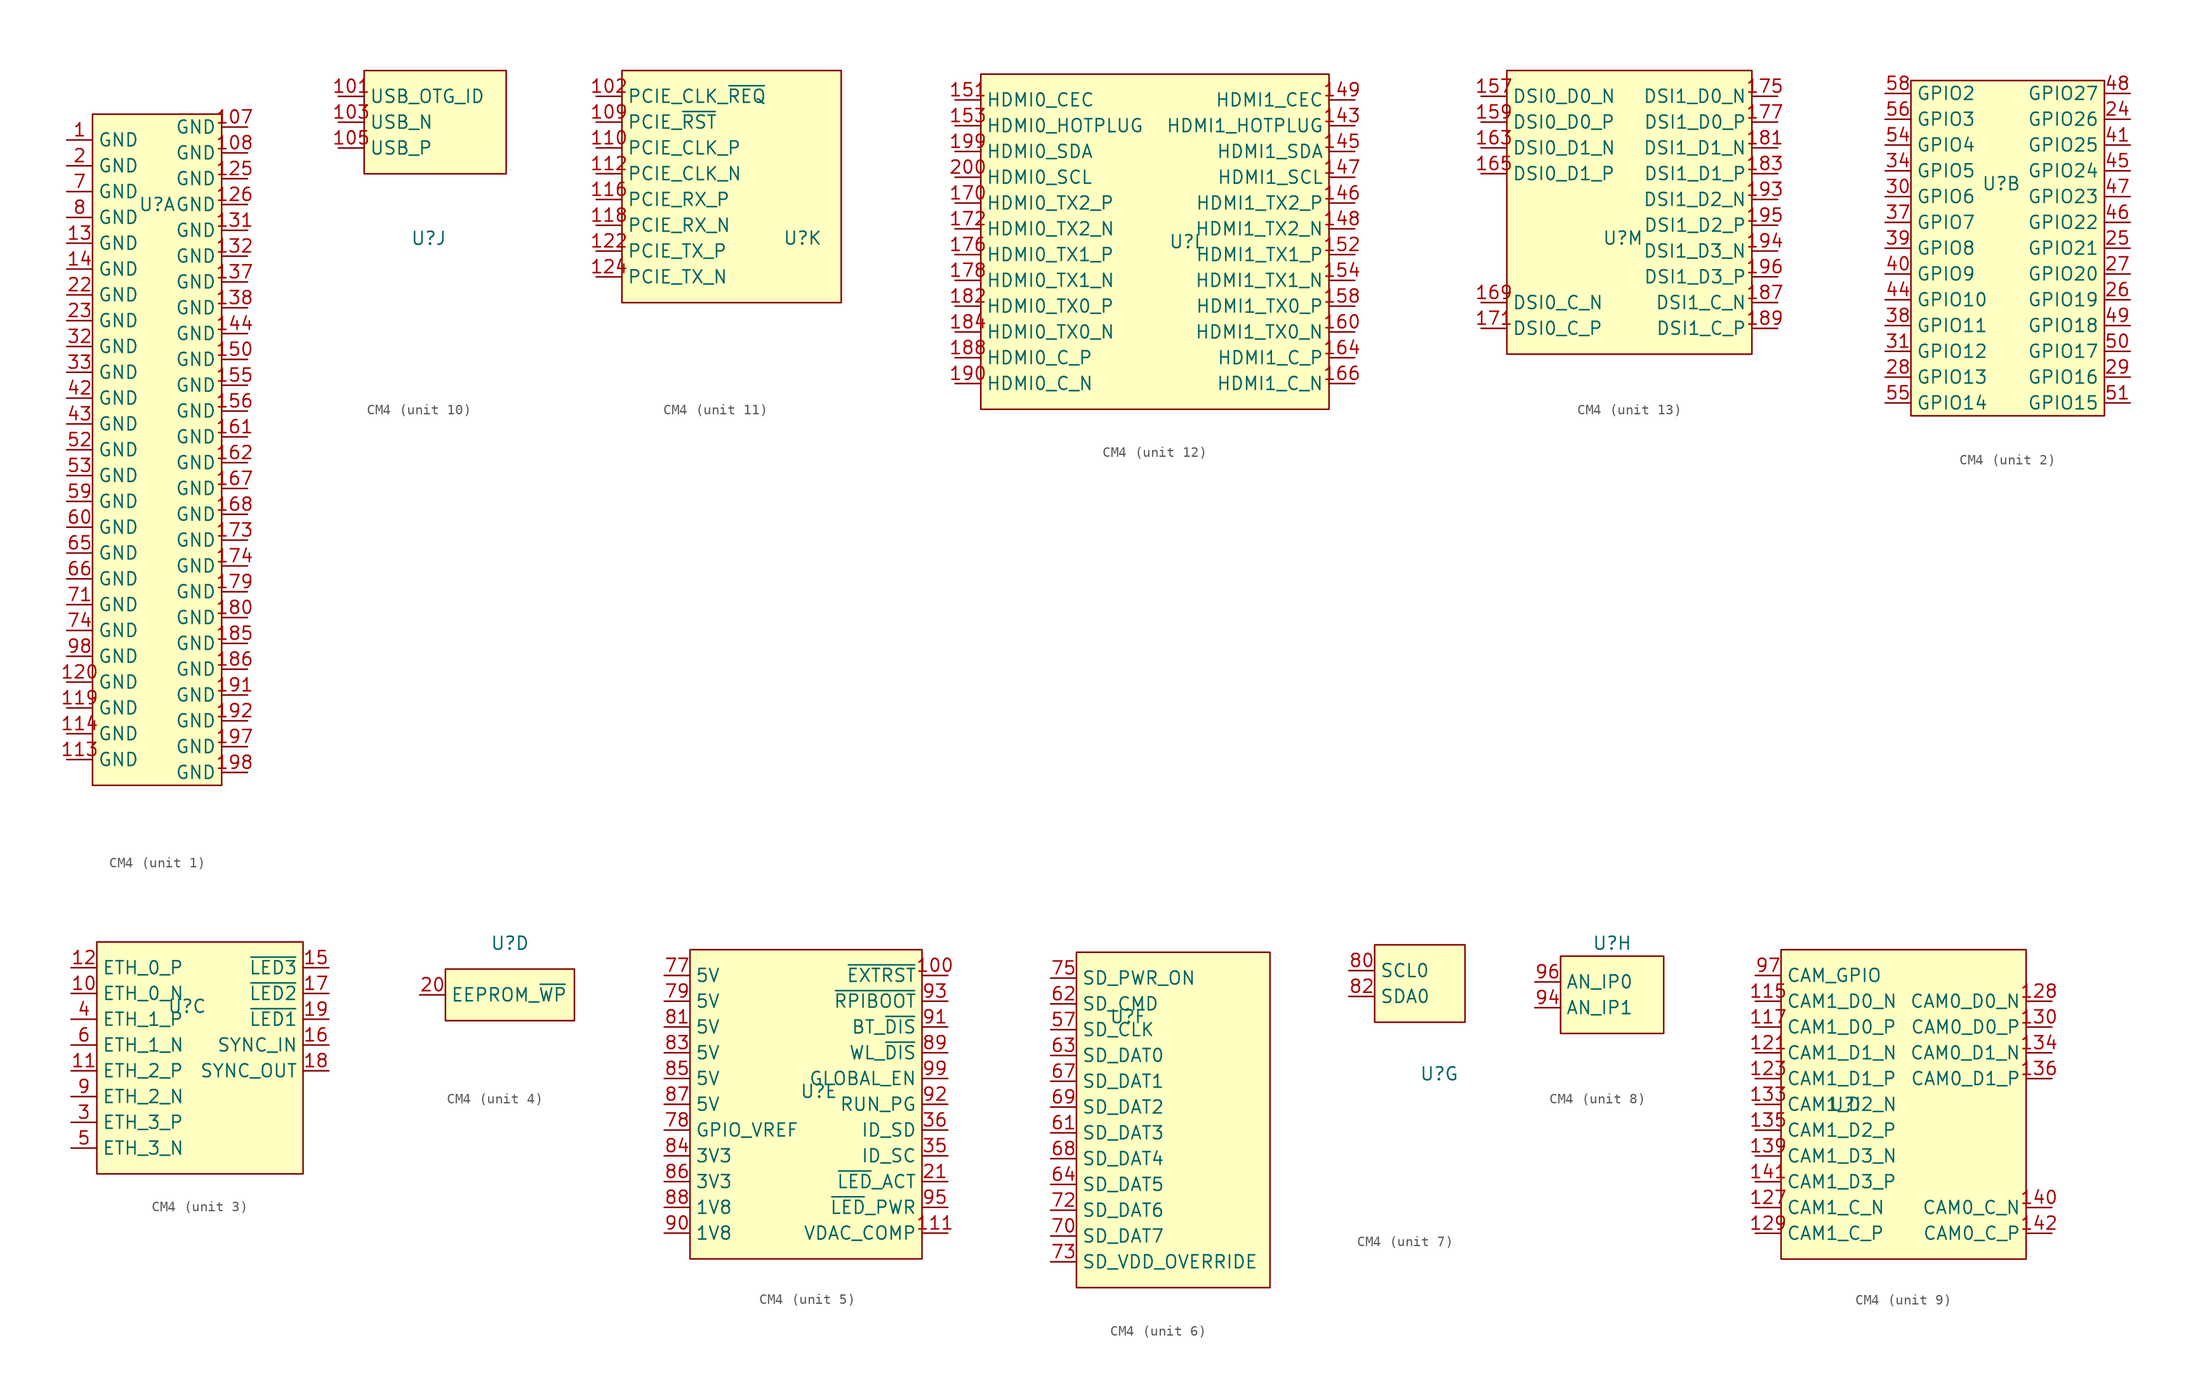
<source format=kicad_sym>
(kicad_symbol_lib
  (version 20220914)
  (generator kicad_symbol_editor)
  (symbol "CM4"
    (property "Reference" "U"
      (at 0 5.08 0)
      (effects (font (size 1.27 1.27))))
    (property "Value" ""
      (at -5.08 -7.62 0)
      (effects (font (size 1.27 1.27))))
    (symbol "CM4_1_1"
      (rectangle (start -6.35 13.97) (end 6.35 -52.07) (stroke (width 0) (type default)) (fill (type background)))
      (pin input line (at -8.89 11.43 0) (length 2.54) (name "GND" (effects (font (size 1.27 1.27)))) (number "1" (effects (font (size 1.27 1.27)))))
      (pin input line (at 8.89 12.7 180) (length 2.54) (name "GND" (effects (font (size 1.27 1.27)))) (number "107" (effects (font (size 1.27 1.27)))))
      (pin input line (at 8.89 10.16 180) (length 2.54) (name "GND" (effects (font (size 1.27 1.27)))) (number "108" (effects (font (size 1.27 1.27)))))
      (pin input line (at -8.89 -49.53 0) (length 2.54) (name "GND" (effects (font (size 1.27 1.27)))) (number "113" (effects (font (size 1.27 1.27)))))
      (pin input line (at -8.89 -46.99 0) (length 2.54) (name "GND" (effects (font (size 1.27 1.27)))) (number "114" (effects (font (size 1.27 1.27)))))
      (pin input line (at -8.89 -44.45 0) (length 2.54) (name "GND" (effects (font (size 1.27 1.27)))) (number "119" (effects (font (size 1.27 1.27)))))
      (pin input line (at -8.89 -41.91 0) (length 2.54) (name "GND" (effects (font (size 1.27 1.27)))) (number "120" (effects (font (size 1.27 1.27)))))
      (pin input line (at 8.89 7.62 180) (length 2.54) (name "GND" (effects (font (size 1.27 1.27)))) (number "125" (effects (font (size 1.27 1.27)))))
      (pin input line (at 8.89 5.08 180) (length 2.54) (name "GND" (effects (font (size 1.27 1.27)))) (number "126" (effects (font (size 1.27 1.27)))))
      (pin input line (at -8.89 1.27 0) (length 2.54) (name "GND" (effects (font (size 1.27 1.27)))) (number "13" (effects (font (size 1.27 1.27)))))
      (pin input line (at 8.89 2.54 180) (length 2.54) (name "GND" (effects (font (size 1.27 1.27)))) (number "131" (effects (font (size 1.27 1.27)))))
      (pin input line (at 8.89 0 180) (length 2.54) (name "GND" (effects (font (size 1.27 1.27)))) (number "132" (effects (font (size 1.27 1.27)))))
      (pin input line (at 8.89 -2.54 180) (length 2.54) (name "GND" (effects (font (size 1.27 1.27)))) (number "137" (effects (font (size 1.27 1.27)))))
      (pin input line (at 8.89 -5.08 180) (length 2.54) (name "GND" (effects (font (size 1.27 1.27)))) (number "138" (effects (font (size 1.27 1.27)))))
      (pin input line (at -8.89 -1.27 0) (length 2.54) (name "GND" (effects (font (size 1.27 1.27)))) (number "14" (effects (font (size 1.27 1.27)))))
      (pin input line (at 8.89 -7.62 180) (length 2.54) (name "GND" (effects (font (size 1.27 1.27)))) (number "144" (effects (font (size 1.27 1.27)))))
      (pin input line (at 8.89 -10.16 180) (length 2.54) (name "GND" (effects (font (size 1.27 1.27)))) (number "150" (effects (font (size 1.27 1.27)))))
      (pin input line (at 8.89 -12.7 180) (length 2.54) (name "GND" (effects (font (size 1.27 1.27)))) (number "155" (effects (font (size 1.27 1.27)))))
      (pin input line (at 8.89 -15.24 180) (length 2.54) (name "GND" (effects (font (size 1.27 1.27)))) (number "156" (effects (font (size 1.27 1.27)))))
      (pin input line (at 8.89 -17.78 180) (length 2.54) (name "GND" (effects (font (size 1.27 1.27)))) (number "161" (effects (font (size 1.27 1.27)))))
      (pin input line (at 8.89 -20.32 180) (length 2.54) (name "GND" (effects (font (size 1.27 1.27)))) (number "162" (effects (font (size 1.27 1.27)))))
      (pin input line (at 8.89 -22.86 180) (length 2.54) (name "GND" (effects (font (size 1.27 1.27)))) (number "167" (effects (font (size 1.27 1.27)))))
      (pin input line (at 8.89 -25.4 180) (length 2.54) (name "GND" (effects (font (size 1.27 1.27)))) (number "168" (effects (font (size 1.27 1.27)))))
      (pin input line (at 8.89 -27.94 180) (length 2.54) (name "GND" (effects (font (size 1.27 1.27)))) (number "173" (effects (font (size 1.27 1.27)))))
      (pin input line (at 8.89 -30.48 180) (length 2.54) (name "GND" (effects (font (size 1.27 1.27)))) (number "174" (effects (font (size 1.27 1.27)))))
      (pin input line (at 8.89 -33.02 180) (length 2.54) (name "GND" (effects (font (size 1.27 1.27)))) (number "179" (effects (font (size 1.27 1.27)))))
      (pin input line (at 8.89 -35.56 180) (length 2.54) (name "GND" (effects (font (size 1.27 1.27)))) (number "180" (effects (font (size 1.27 1.27)))))
      (pin input line (at 8.89 -38.1 180) (length 2.54) (name "GND" (effects (font (size 1.27 1.27)))) (number "185" (effects (font (size 1.27 1.27)))))
      (pin input line (at 8.89 -40.64 180) (length 2.54) (name "GND" (effects (font (size 1.27 1.27)))) (number "186" (effects (font (size 1.27 1.27)))))
      (pin input line (at 8.89 -43.18 180) (length 2.54) (name "GND" (effects (font (size 1.27 1.27)))) (number "191" (effects (font (size 1.27 1.27)))))
      (pin input line (at 8.89 -45.72 180) (length 2.54) (name "GND" (effects (font (size 1.27 1.27)))) (number "192" (effects (font (size 1.27 1.27)))))
      (pin input line (at 8.89 -48.26 180) (length 2.54) (name "GND" (effects (font (size 1.27 1.27)))) (number "197" (effects (font (size 1.27 1.27)))))
      (pin input line (at 8.89 -50.8 180) (length 2.54) (name "GND" (effects (font (size 1.27 1.27)))) (number "198" (effects (font (size 1.27 1.27)))))
      (pin input line (at -8.89 8.89 0) (length 2.54) (name "GND" (effects (font (size 1.27 1.27)))) (number "2" (effects (font (size 1.27 1.27)))))
      (pin input line (at -8.89 -3.81 0) (length 2.54) (name "GND" (effects (font (size 1.27 1.27)))) (number "22" (effects (font (size 1.27 1.27)))))
      (pin input line (at -8.89 -6.35 0) (length 2.54) (name "GND" (effects (font (size 1.27 1.27)))) (number "23" (effects (font (size 1.27 1.27)))))
      (pin input line (at -8.89 -8.89 0) (length 2.54) (name "GND" (effects (font (size 1.27 1.27)))) (number "32" (effects (font (size 1.27 1.27)))))
      (pin input line (at -8.89 -11.43 0) (length 2.54) (name "GND" (effects (font (size 1.27 1.27)))) (number "33" (effects (font (size 1.27 1.27)))))
      (pin input line (at -8.89 -13.97 0) (length 2.54) (name "GND" (effects (font (size 1.27 1.27)))) (number "42" (effects (font (size 1.27 1.27)))))
      (pin input line (at -8.89 -16.51 0) (length 2.54) (name "GND" (effects (font (size 1.27 1.27)))) (number "43" (effects (font (size 1.27 1.27)))))
      (pin input line (at -8.89 -19.05 0) (length 2.54) (name "GND" (effects (font (size 1.27 1.27)))) (number "52" (effects (font (size 1.27 1.27)))))
      (pin input line (at -8.89 -21.59 0) (length 2.54) (name "GND" (effects (font (size 1.27 1.27)))) (number "53" (effects (font (size 1.27 1.27)))))
      (pin input line (at -8.89 -24.13 0) (length 2.54) (name "GND" (effects (font (size 1.27 1.27)))) (number "59" (effects (font (size 1.27 1.27)))))
      (pin input line (at -8.89 -26.67 0) (length 2.54) (name "GND" (effects (font (size 1.27 1.27)))) (number "60" (effects (font (size 1.27 1.27)))))
      (pin input line (at -8.89 -29.21 0) (length 2.54) (name "GND" (effects (font (size 1.27 1.27)))) (number "65" (effects (font (size 1.27 1.27)))))
      (pin input line (at -8.89 -31.75 0) (length 2.54) (name "GND" (effects (font (size 1.27 1.27)))) (number "66" (effects (font (size 1.27 1.27)))))
      (pin input line (at -8.89 6.35 0) (length 2.54) (name "GND" (effects (font (size 1.27 1.27)))) (number "7" (effects (font (size 1.27 1.27)))))
      (pin input line (at -8.89 -34.29 0) (length 2.54) (name "GND" (effects (font (size 1.27 1.27)))) (number "71" (effects (font (size 1.27 1.27)))))
      (pin input line (at -8.89 -36.83 0) (length 2.54) (name "GND" (effects (font (size 1.27 1.27)))) (number "74" (effects (font (size 1.27 1.27)))))
      (pin input line (at -8.89 3.81 0) (length 2.54) (name "GND" (effects (font (size 1.27 1.27)))) (number "8" (effects (font (size 1.27 1.27)))))
      (pin input line (at -8.89 -39.37 0) (length 2.54) (name "GND" (effects (font (size 1.27 1.27)))) (number "98" (effects (font (size 1.27 1.27))))))
    (symbol "CM4_2_1"
      (rectangle (start -8.89 15.24) (end 10.16 -17.78) (stroke (width 0) (type default)) (fill (type background)))
      (pin input line (at 12.7 11.43 180) (length 2.54) (name "GPIO26" (effects (font (size 1.27 1.27)))) (number "24" (effects (font (size 1.27 1.27)))))
      (pin input line (at 12.7 -1.27 180) (length 2.54) (name "GPIO21" (effects (font (size 1.27 1.27)))) (number "25" (effects (font (size 1.27 1.27)))))
      (pin input line (at 12.7 -6.35 180) (length 2.54) (name "GPIO19" (effects (font (size 1.27 1.27)))) (number "26" (effects (font (size 1.27 1.27)))))
      (pin input line (at 12.7 -3.81 180) (length 2.54) (name "GPIO20" (effects (font (size 1.27 1.27)))) (number "27" (effects (font (size 1.27 1.27)))))
      (pin input line (at -11.43 -13.97 0) (length 2.54) (name "GPIO13" (effects (font (size 1.27 1.27)))) (number "28" (effects (font (size 1.27 1.27)))))
      (pin input line (at 12.7 -13.97 180) (length 2.54) (name "GPIO16" (effects (font (size 1.27 1.27)))) (number "29" (effects (font (size 1.27 1.27)))))
      (pin input line (at -11.43 3.81 0) (length 2.54) (name "GPIO6" (effects (font (size 1.27 1.27)))) (number "30" (effects (font (size 1.27 1.27)))))
      (pin input line (at -11.43 -11.43 0) (length 2.54) (name "GPIO12" (effects (font (size 1.27 1.27)))) (number "31" (effects (font (size 1.27 1.27)))))
      (pin input line (at -11.43 6.35 0) (length 2.54) (name "GPIO5" (effects (font (size 1.27 1.27)))) (number "34" (effects (font (size 1.27 1.27)))))
      (pin input line (at -11.43 1.27 0) (length 2.54) (name "GPIO7" (effects (font (size 1.27 1.27)))) (number "37" (effects (font (size 1.27 1.27)))))
      (pin input line (at -11.43 -8.89 0) (length 2.54) (name "GPIO11" (effects (font (size 1.27 1.27)))) (number "38" (effects (font (size 1.27 1.27)))))
      (pin input line (at -11.43 -1.27 0) (length 2.54) (name "GPIO8" (effects (font (size 1.27 1.27)))) (number "39" (effects (font (size 1.27 1.27)))))
      (pin input line (at -11.43 -3.81 0) (length 2.54) (name "GPIO9" (effects (font (size 1.27 1.27)))) (number "40" (effects (font (size 1.27 1.27)))))
      (pin input line (at 12.7 8.89 180) (length 2.54) (name "GPIO25" (effects (font (size 1.27 1.27)))) (number "41" (effects (font (size 1.27 1.27)))))
      (pin input line (at -11.43 -6.35 0) (length 2.54) (name "GPIO10" (effects (font (size 1.27 1.27)))) (number "44" (effects (font (size 1.27 1.27)))))
      (pin input line (at 12.7 6.35 180) (length 2.54) (name "GPIO24" (effects (font (size 1.27 1.27)))) (number "45" (effects (font (size 1.27 1.27)))))
      (pin input line (at 12.7 1.27 180) (length 2.54) (name "GPIO22" (effects (font (size 1.27 1.27)))) (number "46" (effects (font (size 1.27 1.27)))))
      (pin input line (at 12.7 3.81 180) (length 2.54) (name "GPIO23" (effects (font (size 1.27 1.27)))) (number "47" (effects (font (size 1.27 1.27)))))
      (pin input line (at 12.7 13.97 180) (length 2.54) (name "GPIO27" (effects (font (size 1.27 1.27)))) (number "48" (effects (font (size 1.27 1.27)))))
      (pin input line (at 12.7 -8.89 180) (length 2.54) (name "GPIO18" (effects (font (size 1.27 1.27)))) (number "49" (effects (font (size 1.27 1.27)))))
      (pin input line (at 12.7 -11.43 180) (length 2.54) (name "GPIO17" (effects (font (size 1.27 1.27)))) (number "50" (effects (font (size 1.27 1.27)))))
      (pin input line (at 12.7 -16.51 180) (length 2.54) (name "GPIO15" (effects (font (size 1.27 1.27)))) (number "51" (effects (font (size 1.27 1.27)))))
      (pin input line (at -11.43 8.89 0) (length 2.54) (name "GPIO4" (effects (font (size 1.27 1.27)))) (number "54" (effects (font (size 1.27 1.27)))))
      (pin input line (at -11.43 -16.51 0) (length 2.54) (name "GPIO14" (effects (font (size 1.27 1.27)))) (number "55" (effects (font (size 1.27 1.27)))))
      (pin input line (at -11.43 11.43 0) (length 2.54) (name "GPIO3" (effects (font (size 1.27 1.27)))) (number "56" (effects (font (size 1.27 1.27)))))
      (pin input line (at -11.43 13.97 0) (length 2.54) (name "GPIO2" (effects (font (size 1.27 1.27)))) (number "58" (effects (font (size 1.27 1.27))))))
    (symbol "CM4_3_1"
      (rectangle (start -8.89 11.43) (end 11.43 -11.43) (stroke (width 0) (type default)) (fill (type background)))
      (pin input line (at -11.43 6.35 0) (length 2.54) (name "ETH_0_N" (effects (font (size 1.27 1.27)))) (number "10" (effects (font (size 1.27 1.27)))))
      (pin input line (at -11.43 -1.27 0) (length 2.54) (name "ETH_2_P" (effects (font (size 1.27 1.27)))) (number "11" (effects (font (size 1.27 1.27)))))
      (pin input line (at -11.43 8.89 0) (length 2.54) (name "ETH_0_P" (effects (font (size 1.27 1.27)))) (number "12" (effects (font (size 1.27 1.27)))))
      (pin input line (at 13.97 8.89 180) (length 2.54) (name "~{LED3}" (effects (font (size 1.27 1.27)))) (number "15" (effects (font (size 1.27 1.27)))))
      (pin input line (at 13.97 1.27 180) (length 2.54) (name "SYNC_IN" (effects (font (size 1.27 1.27)))) (number "16" (effects (font (size 1.27 1.27)))))
      (pin input line (at 13.97 6.35 180) (length 2.54) (name "~{LED2}" (effects (font (size 1.27 1.27)))) (number "17" (effects (font (size 1.27 1.27)))))
      (pin input line (at 13.97 -1.27 180) (length 2.54) (name "SYNC_OUT" (effects (font (size 1.27 1.27)))) (number "18" (effects (font (size 1.27 1.27)))))
      (pin input line (at 13.97 3.81 180) (length 2.54) (name "~{LED1}" (effects (font (size 1.27 1.27)))) (number "19" (effects (font (size 1.27 1.27)))))
      (pin input line (at -11.43 -6.35 0) (length 2.54) (name "ETH_3_P" (effects (font (size 1.27 1.27)))) (number "3" (effects (font (size 1.27 1.27)))))
      (pin input line (at -11.43 3.81 0) (length 2.54) (name "ETH_1_P" (effects (font (size 1.27 1.27)))) (number "4" (effects (font (size 1.27 1.27)))))
      (pin input line (at -11.43 -8.89 0) (length 2.54) (name "ETH_3_N" (effects (font (size 1.27 1.27)))) (number "5" (effects (font (size 1.27 1.27)))))
      (pin input line (at -11.43 1.27 0) (length 2.54) (name "ETH_1_N" (effects (font (size 1.27 1.27)))) (number "6" (effects (font (size 1.27 1.27)))))
      (pin input line (at -11.43 -3.81 0) (length 2.54) (name "ETH_2_N" (effects (font (size 1.27 1.27)))) (number "9" (effects (font (size 1.27 1.27))))))
    (symbol "CM4_4_1"
      (rectangle (start -6.35 2.54) (end 6.35 -2.54) (stroke (width 0) (type default)) (fill (type background)))
      (pin input line (at -8.89 0 0) (length 2.54) (name "EEPROM_~{WP}" (effects (font (size 1.27 1.27)))) (number "20" (effects (font (size 1.27 1.27))))))
    (symbol "CM4_5_1"
      (rectangle (start -12.7 19.05) (end 10.16 -11.43) (stroke (width 0) (type default)) (fill (type background)))
      (pin input line (at 12.7 16.51 180) (length 2.54) (name "~{EXTRST}" (effects (font (size 1.27 1.27)))) (number "100" (effects (font (size 1.27 1.27)))))
      (pin input line (at 12.7 -8.89 180) (length 2.54) (name "VDAC_COMP" (effects (font (size 1.27 1.27)))) (number "111" (effects (font (size 1.27 1.27)))))
      (pin input line (at 12.7 -3.81 180) (length 2.54) (name "~{LED}_ACT" (effects (font (size 1.27 1.27)))) (number "21" (effects (font (size 1.27 1.27)))))
      (pin input line (at 12.7 -1.27 180) (length 2.54) (name "ID_SC" (effects (font (size 1.27 1.27)))) (number "35" (effects (font (size 1.27 1.27)))))
      (pin input line (at 12.7 1.27 180) (length 2.54) (name "ID_SD" (effects (font (size 1.27 1.27)))) (number "36" (effects (font (size 1.27 1.27)))))
      (pin input line (at -15.24 16.51 0) (length 2.54) (name "5V" (effects (font (size 1.27 1.27)))) (number "77" (effects (font (size 1.27 1.27)))))
      (pin input line (at -15.24 1.27 0) (length 2.54) (name "GPIO_VREF" (effects (font (size 1.27 1.27)))) (number "78" (effects (font (size 1.27 1.27)))))
      (pin input line (at -15.24 13.97 0) (length 2.54) (name "5V" (effects (font (size 1.27 1.27)))) (number "79" (effects (font (size 1.27 1.27)))))
      (pin input line (at -15.24 11.43 0) (length 2.54) (name "5V" (effects (font (size 1.27 1.27)))) (number "81" (effects (font (size 1.27 1.27)))))
      (pin input line (at -15.24 8.89 0) (length 2.54) (name "5V" (effects (font (size 1.27 1.27)))) (number "83" (effects (font (size 1.27 1.27)))))
      (pin input line (at -15.24 -1.27 0) (length 2.54) (name "3V3" (effects (font (size 1.27 1.27)))) (number "84" (effects (font (size 1.27 1.27)))))
      (pin input line (at -15.24 6.35 0) (length 2.54) (name "5V" (effects (font (size 1.27 1.27)))) (number "85" (effects (font (size 1.27 1.27)))))
      (pin input line (at -15.24 -3.81 0) (length 2.54) (name "3V3" (effects (font (size 1.27 1.27)))) (number "86" (effects (font (size 1.27 1.27)))))
      (pin input line (at -15.24 3.81 0) (length 2.54) (name "5V" (effects (font (size 1.27 1.27)))) (number "87" (effects (font (size 1.27 1.27)))))
      (pin input line (at -15.24 -6.35 0) (length 2.54) (name "1V8" (effects (font (size 1.27 1.27)))) (number "88" (effects (font (size 1.27 1.27)))))
      (pin input line (at 12.7 8.89 180) (length 2.54) (name "WL_~{DIS}" (effects (font (size 1.27 1.27)))) (number "89" (effects (font (size 1.27 1.27)))))
      (pin input line (at -15.24 -8.89 0) (length 2.54) (name "1V8" (effects (font (size 1.27 1.27)))) (number "90" (effects (font (size 1.27 1.27)))))
      (pin input line (at 12.7 11.43 180) (length 2.54) (name "BT_~{DIS}" (effects (font (size 1.27 1.27)))) (number "91" (effects (font (size 1.27 1.27)))))
      (pin input line (at 12.7 3.81 180) (length 2.54) (name "RUN_PG" (effects (font (size 1.27 1.27)))) (number "92" (effects (font (size 1.27 1.27)))))
      (pin input line (at 12.7 13.97 180) (length 2.54) (name "~{RPIBOOT}" (effects (font (size 1.27 1.27)))) (number "93" (effects (font (size 1.27 1.27)))))
      (pin input line (at 12.7 -6.35 180) (length 2.54) (name "~{LED}_PWR" (effects (font (size 1.27 1.27)))) (number "95" (effects (font (size 1.27 1.27)))))
      (pin input line (at 12.7 6.35 180) (length 2.54) (name "GLOBAL_EN" (effects (font (size 1.27 1.27)))) (number "99" (effects (font (size 1.27 1.27))))))
    (symbol "CM4_6_1"
      (rectangle (start -5.08 11.43) (end 13.97 -21.59) (stroke (width 0) (type default)) (fill (type background)))
      (pin input line (at -7.62 3.81 0) (length 2.54) (name "SD_CLK" (effects (font (size 1.27 1.27)))) (number "57" (effects (font (size 1.27 1.27)))))
      (pin input line (at -7.62 -6.35 0) (length 2.54) (name "SD_DAT3" (effects (font (size 1.27 1.27)))) (number "61" (effects (font (size 1.27 1.27)))))
      (pin input line (at -7.62 6.35 0) (length 2.54) (name "SD_CMD" (effects (font (size 1.27 1.27)))) (number "62" (effects (font (size 1.27 1.27)))))
      (pin input line (at -7.62 1.27 0) (length 2.54) (name "SD_DAT0" (effects (font (size 1.27 1.27)))) (number "63" (effects (font (size 1.27 1.27)))))
      (pin input line (at -7.62 -11.43 0) (length 2.54) (name "SD_DAT5" (effects (font (size 1.27 1.27)))) (number "64" (effects (font (size 1.27 1.27)))))
      (pin input line (at -7.62 -1.27 0) (length 2.54) (name "SD_DAT1" (effects (font (size 1.27 1.27)))) (number "67" (effects (font (size 1.27 1.27)))))
      (pin input line (at -7.62 -8.89 0) (length 2.54) (name "SD_DAT4" (effects (font (size 1.27 1.27)))) (number "68" (effects (font (size 1.27 1.27)))))
      (pin input line (at -7.62 -3.81 0) (length 2.54) (name "SD_DAT2" (effects (font (size 1.27 1.27)))) (number "69" (effects (font (size 1.27 1.27)))))
      (pin input line (at -7.62 -16.51 0) (length 2.54) (name "SD_DAT7" (effects (font (size 1.27 1.27)))) (number "70" (effects (font (size 1.27 1.27)))))
      (pin input line (at -7.62 -13.97 0) (length 2.54) (name "SD_DAT6" (effects (font (size 1.27 1.27)))) (number "72" (effects (font (size 1.27 1.27)))))
      (pin input line (at -7.62 -19.05 0) (length 2.54) (name "SD_VDD_OVERRIDE" (effects (font (size 1.27 1.27)))) (number "73" (effects (font (size 1.27 1.27)))))
      (pin input line (at -7.62 8.89 0) (length 2.54) (name "SD_PWR_ON" (effects (font (size 1.27 1.27)))) (number "75" (effects (font (size 1.27 1.27))))))
    (symbol "CM4_7_1"
      (rectangle (start -6.35 17.78) (end 2.54 10.16) (stroke (width 0) (type default)) (fill (type background)))
      (pin input line (at -8.89 15.24 0) (length 2.54) (name "SCL0" (effects (font (size 1.27 1.27)))) (number "80" (effects (font (size 1.27 1.27)))))
      (pin input line (at -8.89 12.7 0) (length 2.54) (name "SDA0" (effects (font (size 1.27 1.27)))) (number "82" (effects (font (size 1.27 1.27))))))
    (symbol "CM4_8_1"
      (rectangle (start -5.08 3.81) (end 5.08 -3.81) (stroke (width 0) (type default)) (fill (type background)))
      (pin input line (at -7.62 -1.27 0) (length 2.54) (name "AN_IP1" (effects (font (size 1.27 1.27)))) (number "94" (effects (font (size 1.27 1.27)))))
      (pin input line (at -7.62 1.27 0) (length 2.54) (name "AN_IP0" (effects (font (size 1.27 1.27)))) (number "96" (effects (font (size 1.27 1.27))))))
    (symbol "CM4_9_1"
      (rectangle (start -6.35 20.32) (end 17.78 -10.16) (stroke (width 0) (type default)) (fill (type background)))
      (pin input line (at -8.89 15.24 0) (length 2.54) (name "CAM1_D0_N" (effects (font (size 1.27 1.27)))) (number "115" (effects (font (size 1.27 1.27)))))
      (pin input line (at -8.89 12.7 0) (length 2.54) (name "CAM1_D0_P" (effects (font (size 1.27 1.27)))) (number "117" (effects (font (size 1.27 1.27)))))
      (pin input line (at -8.89 10.16 0) (length 2.54) (name "CAM1_D1_N" (effects (font (size 1.27 1.27)))) (number "121" (effects (font (size 1.27 1.27)))))
      (pin input line (at -8.89 7.62 0) (length 2.54) (name "CAM1_D1_P" (effects (font (size 1.27 1.27)))) (number "123" (effects (font (size 1.27 1.27)))))
      (pin input line (at -8.89 -5.08 0) (length 2.54) (name "CAM1_C_N" (effects (font (size 1.27 1.27)))) (number "127" (effects (font (size 1.27 1.27)))))
      (pin input line (at 20.32 15.24 180) (length 2.54) (name "CAM0_D0_N" (effects (font (size 1.27 1.27)))) (number "128" (effects (font (size 1.27 1.27)))))
      (pin input line (at -8.89 -7.62 0) (length 2.54) (name "CAM1_C_P" (effects (font (size 1.27 1.27)))) (number "129" (effects (font (size 1.27 1.27)))))
      (pin input line (at 20.32 12.7 180) (length 2.54) (name "CAM0_D0_P" (effects (font (size 1.27 1.27)))) (number "130" (effects (font (size 1.27 1.27)))))
      (pin input line (at -8.89 5.08 0) (length 2.54) (name "CAM1_D2_N" (effects (font (size 1.27 1.27)))) (number "133" (effects (font (size 1.27 1.27)))))
      (pin input line (at 20.32 10.16 180) (length 2.54) (name "CAM0_D1_N" (effects (font (size 1.27 1.27)))) (number "134" (effects (font (size 1.27 1.27)))))
      (pin input line (at -8.89 2.54 0) (length 2.54) (name "CAM1_D2_P" (effects (font (size 1.27 1.27)))) (number "135" (effects (font (size 1.27 1.27)))))
      (pin input line (at 20.32 7.62 180) (length 2.54) (name "CAM0_D1_P" (effects (font (size 1.27 1.27)))) (number "136" (effects (font (size 1.27 1.27)))))
      (pin input line (at -8.89 0 0) (length 2.54) (name "CAM1_D3_N" (effects (font (size 1.27 1.27)))) (number "139" (effects (font (size 1.27 1.27)))))
      (pin input line (at 20.32 -5.08 180) (length 2.54) (name "CAM0_C_N" (effects (font (size 1.27 1.27)))) (number "140" (effects (font (size 1.27 1.27)))))
      (pin input line (at -8.89 -2.54 0) (length 2.54) (name "CAM1_D3_P" (effects (font (size 1.27 1.27)))) (number "141" (effects (font (size 1.27 1.27)))))
      (pin input line (at 20.32 -7.62 180) (length 2.54) (name "CAM0_C_P" (effects (font (size 1.27 1.27)))) (number "142" (effects (font (size 1.27 1.27)))))
      (pin input line (at -8.89 17.78 0) (length 2.54) (name "CAM_GPIO" (effects (font (size 1.27 1.27)))) (number "97" (effects (font (size 1.27 1.27))))))
    (symbol "CM4_10_1"
      (rectangle (start -6.35 21.59) (end 7.62 11.43) (stroke (width 0) (type default)) (fill (type background)))
      (pin input line (at -8.89 19.05 0) (length 2.54) (name "USB_OTG_ID" (effects (font (size 1.27 1.27)))) (number "101" (effects (font (size 1.27 1.27)))))
      (pin input line (at -8.89 16.51 0) (length 2.54) (name "USB_N" (effects (font (size 1.27 1.27)))) (number "103" (effects (font (size 1.27 1.27)))))
      (pin input line (at -8.89 13.97 0) (length 2.54) (name "USB_P" (effects (font (size 1.27 1.27)))) (number "105" (effects (font (size 1.27 1.27))))))
    (symbol "CM4_11_1"
      (rectangle (start -17.78 21.59) (end 3.81 -1.27) (stroke (width 0) (type default)) (fill (type background)))
      (pin input line (at -20.32 19.05 0) (length 2.54) (name "PCIE_CLK_~{REQ}" (effects (font (size 1.27 1.27)))) (number "102" (effects (font (size 1.27 1.27)))))
      (pin input line (at -20.32 16.51 0) (length 2.54) (name "PCIE_~{RST}" (effects (font (size 1.27 1.27)))) (number "109" (effects (font (size 1.27 1.27)))))
      (pin input line (at -20.32 13.97 0) (length 2.54) (name "PCIE_CLK_P" (effects (font (size 1.27 1.27)))) (number "110" (effects (font (size 1.27 1.27)))))
      (pin input line (at -20.32 11.43 0) (length 2.54) (name "PCIE_CLK_N" (effects (font (size 1.27 1.27)))) (number "112" (effects (font (size 1.27 1.27)))))
      (pin input line (at -20.32 8.89 0) (length 2.54) (name "PCIE_RX_P" (effects (font (size 1.27 1.27)))) (number "116" (effects (font (size 1.27 1.27)))))
      (pin input line (at -20.32 6.35 0) (length 2.54) (name "PCIE_RX_N" (effects (font (size 1.27 1.27)))) (number "118" (effects (font (size 1.27 1.27)))))
      (pin input line (at -20.32 3.81 0) (length 2.54) (name "PCIE_TX_P" (effects (font (size 1.27 1.27)))) (number "122" (effects (font (size 1.27 1.27)))))
      (pin input line (at -20.32 1.27 0) (length 2.54) (name "PCIE_TX_N" (effects (font (size 1.27 1.27)))) (number "124" (effects (font (size 1.27 1.27))))))
    (symbol "CM4_12_1"
      (rectangle (start -20.32 21.59) (end 13.97 -11.43) (stroke (width 0) (type default)) (fill (type background)))
      (pin input line (at 16.51 16.51 180) (length 2.54) (name "HDMI1_HOTPLUG" (effects (font (size 1.27 1.27)))) (number "143" (effects (font (size 1.27 1.27)))))
      (pin input line (at 16.51 13.97 180) (length 2.54) (name "HDMI1_SDA" (effects (font (size 1.27 1.27)))) (number "145" (effects (font (size 1.27 1.27)))))
      (pin input line (at 16.51 8.89 180) (length 2.54) (name "HDMI1_TX2_P" (effects (font (size 1.27 1.27)))) (number "146" (effects (font (size 1.27 1.27)))))
      (pin input line (at 16.51 11.43 180) (length 2.54) (name "HDMI1_SCL" (effects (font (size 1.27 1.27)))) (number "147" (effects (font (size 1.27 1.27)))))
      (pin input line (at 16.51 6.35 180) (length 2.54) (name "HDMI1_TX2_N" (effects (font (size 1.27 1.27)))) (number "148" (effects (font (size 1.27 1.27)))))
      (pin input line (at 16.51 19.05 180) (length 2.54) (name "HDMI1_CEC" (effects (font (size 1.27 1.27)))) (number "149" (effects (font (size 1.27 1.27)))))
      (pin input line (at -22.86 19.05 0) (length 2.54) (name "HDMI0_CEC" (effects (font (size 1.27 1.27)))) (number "151" (effects (font (size 1.27 1.27)))))
      (pin input line (at 16.51 3.81 180) (length 2.54) (name "HDMI1_TX1_P" (effects (font (size 1.27 1.27)))) (number "152" (effects (font (size 1.27 1.27)))))
      (pin input line (at -22.86 16.51 0) (length 2.54) (name "HDMI0_HOTPLUG" (effects (font (size 1.27 1.27)))) (number "153" (effects (font (size 1.27 1.27)))))
      (pin input line (at 16.51 1.27 180) (length 2.54) (name "HDMI1_TX1_N" (effects (font (size 1.27 1.27)))) (number "154" (effects (font (size 1.27 1.27)))))
      (pin input line (at 16.51 -1.27 180) (length 2.54) (name "HDMI1_TX0_P" (effects (font (size 1.27 1.27)))) (number "158" (effects (font (size 1.27 1.27)))))
      (pin input line (at 16.51 -3.81 180) (length 2.54) (name "HDMI1_TX0_N" (effects (font (size 1.27 1.27)))) (number "160" (effects (font (size 1.27 1.27)))))
      (pin input line (at 16.51 -6.35 180) (length 2.54) (name "HDMI1_C_P" (effects (font (size 1.27 1.27)))) (number "164" (effects (font (size 1.27 1.27)))))
      (pin input line (at 16.51 -8.89 180) (length 2.54) (name "HDMI1_C_N" (effects (font (size 1.27 1.27)))) (number "166" (effects (font (size 1.27 1.27)))))
      (pin input line (at -22.86 8.89 0) (length 2.54) (name "HDMI0_TX2_P" (effects (font (size 1.27 1.27)))) (number "170" (effects (font (size 1.27 1.27)))))
      (pin input line (at -22.86 6.35 0) (length 2.54) (name "HDMI0_TX2_N" (effects (font (size 1.27 1.27)))) (number "172" (effects (font (size 1.27 1.27)))))
      (pin input line (at -22.86 3.81 0) (length 2.54) (name "HDMI0_TX1_P" (effects (font (size 1.27 1.27)))) (number "176" (effects (font (size 1.27 1.27)))))
      (pin input line (at -22.86 1.27 0) (length 2.54) (name "HDMI0_TX1_N" (effects (font (size 1.27 1.27)))) (number "178" (effects (font (size 1.27 1.27)))))
      (pin input line (at -22.86 -1.27 0) (length 2.54) (name "HDMI0_TX0_P" (effects (font (size 1.27 1.27)))) (number "182" (effects (font (size 1.27 1.27)))))
      (pin input line (at -22.86 -3.81 0) (length 2.54) (name "HDMI0_TX0_N" (effects (font (size 1.27 1.27)))) (number "184" (effects (font (size 1.27 1.27)))))
      (pin input line (at -22.86 -6.35 0) (length 2.54) (name "HDMI0_C_P" (effects (font (size 1.27 1.27)))) (number "188" (effects (font (size 1.27 1.27)))))
      (pin input line (at -22.86 -8.89 0) (length 2.54) (name "HDMI0_C_N" (effects (font (size 1.27 1.27)))) (number "190" (effects (font (size 1.27 1.27)))))
      (pin input line (at -22.86 13.97 0) (length 2.54) (name "HDMI0_SDA" (effects (font (size 1.27 1.27)))) (number "199" (effects (font (size 1.27 1.27)))))
      (pin input line (at -22.86 11.43 0) (length 2.54) (name "HDMI0_SCL" (effects (font (size 1.27 1.27)))) (number "200" (effects (font (size 1.27 1.27))))))
    (symbol "CM4_13_1"
      (rectangle (start -11.43 21.59) (end 12.7 -6.35) (stroke (width 0) (type default)) (fill (type background)))
      (pin input line (at -13.97 19.05 0) (length 2.54) (name "DSI0_D0_N" (effects (font (size 1.27 1.27)))) (number "157" (effects (font (size 1.27 1.27)))))
      (pin input line (at -13.97 16.51 0) (length 2.54) (name "DSI0_D0_P" (effects (font (size 1.27 1.27)))) (number "159" (effects (font (size 1.27 1.27)))))
      (pin input line (at -13.97 13.97 0) (length 2.54) (name "DSI0_D1_N" (effects (font (size 1.27 1.27)))) (number "163" (effects (font (size 1.27 1.27)))))
      (pin input line (at -13.97 11.43 0) (length 2.54) (name "DSI0_D1_P" (effects (font (size 1.27 1.27)))) (number "165" (effects (font (size 1.27 1.27)))))
      (pin input line (at -13.97 -1.27 0) (length 2.54) (name "DSI0_C_N" (effects (font (size 1.27 1.27)))) (number "169" (effects (font (size 1.27 1.27)))))
      (pin input line (at -13.97 -3.81 0) (length 2.54) (name "DSI0_C_P" (effects (font (size 1.27 1.27)))) (number "171" (effects (font (size 1.27 1.27)))))
      (pin input line (at 15.24 19.05 180) (length 2.54) (name "DSI1_D0_N" (effects (font (size 1.27 1.27)))) (number "175" (effects (font (size 1.27 1.27)))))
      (pin input line (at 15.24 16.51 180) (length 2.54) (name "DSI1_D0_P" (effects (font (size 1.27 1.27)))) (number "177" (effects (font (size 1.27 1.27)))))
      (pin input line (at 15.24 13.97 180) (length 2.54) (name "DSI1_D1_N" (effects (font (size 1.27 1.27)))) (number "181" (effects (font (size 1.27 1.27)))))
      (pin input line (at 15.24 11.43 180) (length 2.54) (name "DSI1_D1_P" (effects (font (size 1.27 1.27)))) (number "183" (effects (font (size 1.27 1.27)))))
      (pin input line (at 15.24 -1.27 180) (length 2.54) (name "DSI1_C_N" (effects (font (size 1.27 1.27)))) (number "187" (effects (font (size 1.27 1.27)))))
      (pin input line (at 15.24 -3.81 180) (length 2.54) (name "DSI1_C_P" (effects (font (size 1.27 1.27)))) (number "189" (effects (font (size 1.27 1.27)))))
      (pin input line (at 15.24 8.89 180) (length 2.54) (name "DSI1_D2_N" (effects (font (size 1.27 1.27)))) (number "193" (effects (font (size 1.27 1.27)))))
      (pin input line (at 15.24 3.81 180) (length 2.54) (name "DSI1_D3_N" (effects (font (size 1.27 1.27)))) (number "194" (effects (font (size 1.27 1.27)))))
      (pin input line (at 15.24 6.35 180) (length 2.54) (name "DSI1_D2_P" (effects (font (size 1.27 1.27)))) (number "195" (effects (font (size 1.27 1.27)))))
      (pin input line (at 15.24 1.27 180) (length 2.54) (name "DSI1_D3_P" (effects (font (size 1.27 1.27)))) (number "196" (effects (font (size 1.27 1.27))))))))
</source>
